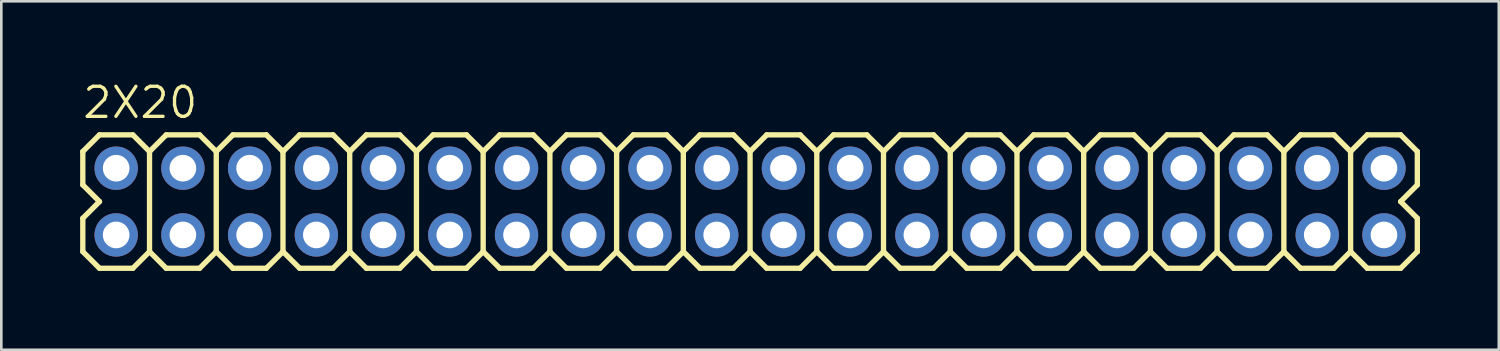
<source format=kicad_pcb>
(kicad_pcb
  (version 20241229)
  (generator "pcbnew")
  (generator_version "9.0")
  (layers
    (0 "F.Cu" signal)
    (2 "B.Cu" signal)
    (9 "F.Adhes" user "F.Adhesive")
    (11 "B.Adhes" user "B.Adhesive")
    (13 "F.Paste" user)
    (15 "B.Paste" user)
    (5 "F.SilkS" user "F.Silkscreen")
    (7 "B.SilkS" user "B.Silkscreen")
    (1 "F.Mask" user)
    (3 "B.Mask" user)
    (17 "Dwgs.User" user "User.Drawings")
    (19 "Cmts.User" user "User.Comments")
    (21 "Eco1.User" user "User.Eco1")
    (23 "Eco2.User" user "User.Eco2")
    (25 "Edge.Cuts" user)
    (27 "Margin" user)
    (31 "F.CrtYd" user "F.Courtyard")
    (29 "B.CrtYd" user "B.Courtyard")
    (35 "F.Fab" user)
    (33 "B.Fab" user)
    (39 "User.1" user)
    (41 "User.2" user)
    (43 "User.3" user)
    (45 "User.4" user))
  (footprint "2X20"
    (layer "F.Cu")
    (at 25.502 4.623)
    (property "Reference" "2X20" (at -25.476 -3.099 0) (layer "F.SilkS") (effects (font (size 1.143 1.143) (thickness 0.127)) (justify left bottom)))
    (fp_line (start -25.4 -1.905) (end -25.4 -0.635) (stroke (width 0.203) (type solid)) (layer "F.SilkS"))
    (fp_line (start -25.4 -0.635) (end -24.765 0) (stroke (width 0.203) (type solid)) (layer "F.SilkS"))
    (fp_line (start -25.4 0.635) (end -25.4 1.905) (stroke (width 0.203) (type solid)) (layer "F.SilkS"))
    (fp_line (start -25.4 1.905) (end -24.765 2.54) (stroke (width 0.203) (type solid)) (layer "F.SilkS"))
    (fp_line (start -24.765 -2.54) (end -25.4 -1.905) (stroke (width 0.203) (type solid)) (layer "F.SilkS"))
    (fp_line (start -24.765 -2.54) (end -23.495 -2.54) (stroke (width 0.203) (type solid)) (layer "F.SilkS"))
    (fp_line (start -24.765 0) (end -25.4 0.635) (stroke (width 0.203) (type solid)) (layer "F.SilkS"))
    (fp_line (start -23.495 -2.54) (end -22.86 -1.905) (stroke (width 0.203) (type solid)) (layer "F.SilkS"))
    (fp_line (start -23.495 2.54) (end -24.765 2.54) (stroke (width 0.203) (type solid)) (layer "F.SilkS"))
    (fp_line (start -22.86 -1.905) (end -22.86 1.905) (stroke (width 0.203) (type solid)) (layer "F.SilkS"))
    (fp_line (start -22.86 -1.905) (end -22.225 -2.54) (stroke (width 0.203) (type solid)) (layer "F.SilkS"))
    (fp_line (start -22.86 1.905) (end -23.495 2.54) (stroke (width 0.203) (type solid)) (layer "F.SilkS"))
    (fp_line (start -22.225 -2.54) (end -20.955 -2.54) (stroke (width 0.203) (type solid)) (layer "F.SilkS"))
    (fp_line (start -22.225 2.54) (end -22.86 1.905) (stroke (width 0.203) (type solid)) (layer "F.SilkS"))
    (fp_line (start -20.955 -2.54) (end -20.32 -1.905) (stroke (width 0.203) (type solid)) (layer "F.SilkS"))
    (fp_line (start -20.955 2.54) (end -22.225 2.54) (stroke (width 0.203) (type solid)) (layer "F.SilkS"))
    (fp_line (start -20.32 -1.905) (end -20.32 1.905) (stroke (width 0.203) (type solid)) (layer "F.SilkS"))
    (fp_line (start -20.32 -1.905) (end -19.685 -2.54) (stroke (width 0.203) (type solid)) (layer "F.SilkS"))
    (fp_line (start -20.32 1.905) (end -20.955 2.54) (stroke (width 0.203) (type solid)) (layer "F.SilkS"))
    (fp_line (start -19.685 -2.54) (end -18.415 -2.54) (stroke (width 0.203) (type solid)) (layer "F.SilkS"))
    (fp_line (start -19.685 2.54) (end -20.32 1.905) (stroke (width 0.203) (type solid)) (layer "F.SilkS"))
    (fp_line (start -18.415 -2.54) (end -17.78 -1.905) (stroke (width 0.203) (type solid)) (layer "F.SilkS"))
    (fp_line (start -18.415 2.54) (end -19.685 2.54) (stroke (width 0.203) (type solid)) (layer "F.SilkS"))
    (fp_line (start -17.78 -1.905) (end -17.78 1.905) (stroke (width 0.203) (type solid)) (layer "F.SilkS"))
    (fp_line (start -17.78 1.905) (end -18.415 2.54) (stroke (width 0.203) (type solid)) (layer "F.SilkS"))
    (fp_line (start -17.78 1.905) (end -17.145 2.54) (stroke (width 0.203) (type solid)) (layer "F.SilkS"))
    (fp_line (start -17.145 -2.54) (end -17.78 -1.905) (stroke (width 0.203) (type solid)) (layer "F.SilkS"))
    (fp_line (start -17.145 -2.54) (end -15.875 -2.54) (stroke (width 0.203) (type solid)) (layer "F.SilkS"))
    (fp_line (start -15.875 -2.54) (end -15.24 -1.905) (stroke (width 0.203) (type solid)) (layer "F.SilkS"))
    (fp_line (start -15.875 2.54) (end -17.145 2.54) (stroke (width 0.203) (type solid)) (layer "F.SilkS"))
    (fp_line (start -15.24 -1.905) (end -15.24 1.905) (stroke (width 0.203) (type solid)) (layer "F.SilkS"))
    (fp_line (start -15.24 -1.905) (end -14.605 -2.54) (stroke (width 0.203) (type solid)) (layer "F.SilkS"))
    (fp_line (start -15.24 1.905) (end -15.875 2.54) (stroke (width 0.203) (type solid)) (layer "F.SilkS"))
    (fp_line (start -14.605 -2.54) (end -13.335 -2.54) (stroke (width 0.203) (type solid)) (layer "F.SilkS"))
    (fp_line (start -14.605 2.54) (end -15.24 1.905) (stroke (width 0.203) (type solid)) (layer "F.SilkS"))
    (fp_line (start -13.335 -2.54) (end -12.7 -1.905) (stroke (width 0.203) (type solid)) (layer "F.SilkS"))
    (fp_line (start -13.335 2.54) (end -14.605 2.54) (stroke (width 0.203) (type solid)) (layer "F.SilkS"))
    (fp_line (start -12.7 -1.905) (end -12.7 1.905) (stroke (width 0.203) (type solid)) (layer "F.SilkS"))
    (fp_line (start -12.7 -1.905) (end -12.065 -2.54) (stroke (width 0.203) (type solid)) (layer "F.SilkS"))
    (fp_line (start -12.7 1.905) (end -13.335 2.54) (stroke (width 0.203) (type solid)) (layer "F.SilkS"))
    (fp_line (start -12.065 -2.54) (end -10.795 -2.54) (stroke (width 0.203) (type solid)) (layer "F.SilkS"))
    (fp_line (start -12.065 2.54) (end -12.7 1.905) (stroke (width 0.203) (type solid)) (layer "F.SilkS"))
    (fp_line (start -10.795 -2.54) (end -10.16 -1.905) (stroke (width 0.203) (type solid)) (layer "F.SilkS"))
    (fp_line (start -10.795 2.54) (end -12.065 2.54) (stroke (width 0.203) (type solid)) (layer "F.SilkS"))
    (fp_line (start -10.16 -1.905) (end -10.16 1.905) (stroke (width 0.203) (type solid)) (layer "F.SilkS"))
    (fp_line (start -10.16 1.905) (end -10.795 2.54) (stroke (width 0.203) (type solid)) (layer "F.SilkS"))
    (fp_line (start -10.16 1.905) (end -9.525 2.54) (stroke (width 0.203) (type solid)) (layer "F.SilkS"))
    (fp_line (start -9.525 -2.54) (end -10.16 -1.905) (stroke (width 0.203) (type solid)) (layer "F.SilkS"))
    (fp_line (start -9.525 -2.54) (end -8.255 -2.54) (stroke (width 0.203) (type solid)) (layer "F.SilkS"))
    (fp_line (start -8.255 -2.54) (end -7.62 -1.905) (stroke (width 0.203) (type solid)) (layer "F.SilkS"))
    (fp_line (start -8.255 2.54) (end -9.525 2.54) (stroke (width 0.203) (type solid)) (layer "F.SilkS"))
    (fp_line (start -7.62 -1.905) (end -7.62 1.905) (stroke (width 0.203) (type solid)) (layer "F.SilkS"))
    (fp_line (start -7.62 1.905) (end -8.255 2.54) (stroke (width 0.203) (type solid)) (layer "F.SilkS"))
    (fp_line (start -7.62 1.905) (end -6.985 2.54) (stroke (width 0.203) (type solid)) (layer "F.SilkS"))
    (fp_line (start -6.985 -2.54) (end -7.62 -1.905) (stroke (width 0.203) (type solid)) (layer "F.SilkS"))
    (fp_line (start -6.985 -2.54) (end -5.715 -2.54) (stroke (width 0.203) (type solid)) (layer "F.SilkS"))
    (fp_line (start -5.715 -2.54) (end -5.08 -1.905) (stroke (width 0.203) (type solid)) (layer "F.SilkS"))
    (fp_line (start -5.715 2.54) (end -6.985 2.54) (stroke (width 0.203) (type solid)) (layer "F.SilkS"))
    (fp_line (start -5.08 -1.905) (end -5.08 1.905) (stroke (width 0.203) (type solid)) (layer "F.SilkS"))
    (fp_line (start -5.08 -1.905) (end -4.445 -2.54) (stroke (width 0.203) (type solid)) (layer "F.SilkS"))
    (fp_line (start -5.08 1.905) (end -5.715 2.54) (stroke (width 0.203) (type solid)) (layer "F.SilkS"))
    (fp_line (start -4.445 -2.54) (end -3.175 -2.54) (stroke (width 0.203) (type solid)) (layer "F.SilkS"))
    (fp_line (start -4.445 2.54) (end -5.08 1.905) (stroke (width 0.203) (type solid)) (layer "F.SilkS"))
    (fp_line (start -3.175 -2.54) (end -2.54 -1.905) (stroke (width 0.203) (type solid)) (layer "F.SilkS"))
    (fp_line (start -3.175 2.54) (end -4.445 2.54) (stroke (width 0.203) (type solid)) (layer "F.SilkS"))
    (fp_line (start -2.54 -1.905) (end -2.54 1.905) (stroke (width 0.203) (type solid)) (layer "F.SilkS"))
    (fp_line (start -2.54 -1.905) (end -1.905 -2.54) (stroke (width 0.203) (type solid)) (layer "F.SilkS"))
    (fp_line (start -2.54 1.905) (end -3.175 2.54) (stroke (width 0.203) (type solid)) (layer "F.SilkS"))
    (fp_line (start -1.905 -2.54) (end -0.635 -2.54) (stroke (width 0.203) (type solid)) (layer "F.SilkS"))
    (fp_line (start -1.905 2.54) (end -2.54 1.905) (stroke (width 0.203) (type solid)) (layer "F.SilkS"))
    (fp_line (start -0.635 -2.54) (end 0 -1.905) (stroke (width 0.203) (type solid)) (layer "F.SilkS"))
    (fp_line (start -0.635 2.54) (end -1.905 2.54) (stroke (width 0.203) (type solid)) (layer "F.SilkS"))
    (fp_line (start 0 -1.905) (end 0 1.905) (stroke (width 0.203) (type solid)) (layer "F.SilkS"))
    (fp_line (start 0 1.905) (end -0.635 2.54) (stroke (width 0.203) (type solid)) (layer "F.SilkS"))
    (fp_line (start 0 1.905) (end 0.635 2.54) (stroke (width 0.203) (type solid)) (layer "F.SilkS"))
    (fp_line (start 0.635 -2.54) (end 0 -1.905) (stroke (width 0.203) (type solid)) (layer "F.SilkS"))
    (fp_line (start 0.635 -2.54) (end 1.905 -2.54) (stroke (width 0.203) (type solid)) (layer "F.SilkS"))
    (fp_line (start 1.905 -2.54) (end 2.54 -1.905) (stroke (width 0.203) (type solid)) (layer "F.SilkS"))
    (fp_line (start 1.905 2.54) (end 0.635 2.54) (stroke (width 0.203) (type solid)) (layer "F.SilkS"))
    (fp_line (start 2.54 -1.905) (end 2.54 1.905) (stroke (width 0.203) (type solid)) (layer "F.SilkS"))
    (fp_line (start 2.54 -1.905) (end 3.175 -2.54) (stroke (width 0.203) (type solid)) (layer "F.SilkS"))
    (fp_line (start 2.54 1.905) (end 1.905 2.54) (stroke (width 0.203) (type solid)) (layer "F.SilkS"))
    (fp_line (start 3.175 -2.54) (end 4.445 -2.54) (stroke (width 0.203) (type solid)) (layer "F.SilkS"))
    (fp_line (start 3.175 2.54) (end 2.54 1.905) (stroke (width 0.203) (type solid)) (layer "F.SilkS"))
    (fp_line (start 4.445 -2.54) (end 5.08 -1.905) (stroke (width 0.203) (type solid)) (layer "F.SilkS"))
    (fp_line (start 4.445 2.54) (end 3.175 2.54) (stroke (width 0.203) (type solid)) (layer "F.SilkS"))
    (fp_line (start 5.08 -1.905) (end 5.08 1.905) (stroke (width 0.203) (type solid)) (layer "F.SilkS"))
    (fp_line (start 5.08 -1.905) (end 5.715 -2.54) (stroke (width 0.203) (type solid)) (layer "F.SilkS"))
    (fp_line (start 5.08 1.905) (end 4.445 2.54) (stroke (width 0.203) (type solid)) (layer "F.SilkS"))
    (fp_line (start 5.715 -2.54) (end 6.985 -2.54) (stroke (width 0.203) (type solid)) (layer "F.SilkS"))
    (fp_line (start 5.715 2.54) (end 5.08 1.905) (stroke (width 0.203) (type solid)) (layer "F.SilkS"))
    (fp_line (start 6.985 -2.54) (end 7.62 -1.905) (stroke (width 0.203) (type solid)) (layer "F.SilkS"))
    (fp_line (start 6.985 2.54) (end 5.715 2.54) (stroke (width 0.203) (type solid)) (layer "F.SilkS"))
    (fp_line (start 7.62 -1.905) (end 7.62 1.905) (stroke (width 0.203) (type solid)) (layer "F.SilkS"))
    (fp_line (start 7.62 1.905) (end 6.985 2.54) (stroke (width 0.203) (type solid)) (layer "F.SilkS"))
    (fp_line (start 8.255 -2.54) (end 7.62 -1.905) (stroke (width 0.203) (type solid)) (layer "F.SilkS"))
    (fp_line (start 8.255 -2.54) (end 9.525 -2.54) (stroke (width 0.203) (type solid)) (layer "F.SilkS"))
    (fp_line (start 8.255 2.54) (end 7.62 1.905) (stroke (width 0.203) (type solid)) (layer "F.SilkS"))
    (fp_line (start 9.525 -2.54) (end 10.16 -1.905) (stroke (width 0.203) (type solid)) (layer "F.SilkS"))
    (fp_line (start 9.525 2.54) (end 8.255 2.54) (stroke (width 0.203) (type solid)) (layer "F.SilkS"))
    (fp_line (start 10.16 -1.905) (end 10.16 1.905) (stroke (width 0.203) (type solid)) (layer "F.SilkS"))
    (fp_line (start 10.16 1.905) (end 9.525 2.54) (stroke (width 0.203) (type solid)) (layer "F.SilkS"))
    (fp_line (start 10.795 -2.54) (end 10.16 -1.905) (stroke (width 0.203) (type solid)) (layer "F.SilkS"))
    (fp_line (start 10.795 -2.54) (end 12.065 -2.54) (stroke (width 0.203) (type solid)) (layer "F.SilkS"))
    (fp_line (start 10.795 2.54) (end 10.16 1.905) (stroke (width 0.203) (type solid)) (layer "F.SilkS"))
    (fp_line (start 12.065 -2.54) (end 12.7 -1.905) (stroke (width 0.203) (type solid)) (layer "F.SilkS"))
    (fp_line (start 12.065 2.54) (end 10.795 2.54) (stroke (width 0.203) (type solid)) (layer "F.SilkS"))
    (fp_line (start 12.7 -1.905) (end 12.7 1.905) (stroke (width 0.203) (type solid)) (layer "F.SilkS"))
    (fp_line (start 12.7 -1.905) (end 13.335 -2.54) (stroke (width 0.203) (type solid)) (layer "F.SilkS"))
    (fp_line (start 12.7 1.905) (end 12.065 2.54) (stroke (width 0.203) (type solid)) (layer "F.SilkS"))
    (fp_line (start 13.335 -2.54) (end 14.605 -2.54) (stroke (width 0.203) (type solid)) (layer "F.SilkS"))
    (fp_line (start 13.335 2.54) (end 12.7 1.905) (stroke (width 0.203) (type solid)) (layer "F.SilkS"))
    (fp_line (start 14.605 -2.54) (end 15.24 -1.905) (stroke (width 0.203) (type solid)) (layer "F.SilkS"))
    (fp_line (start 14.605 2.54) (end 13.335 2.54) (stroke (width 0.203) (type solid)) (layer "F.SilkS"))
    (fp_line (start 14.605 2.54) (end 15.24 1.905) (stroke (width 0.203) (type solid)) (layer "F.SilkS"))
    (fp_line (start 15.24 -1.905) (end 15.24 1.905) (stroke (width 0.203) (type solid)) (layer "F.SilkS"))
    (fp_line (start 15.24 -1.905) (end 15.875 -2.54) (stroke (width 0.203) (type solid)) (layer "F.SilkS"))
    (fp_line (start 15.875 -2.54) (end 17.145 -2.54) (stroke (width 0.203) (type solid)) (layer "F.SilkS"))
    (fp_line (start 15.875 2.54) (end 15.24 1.905) (stroke (width 0.203) (type solid)) (layer "F.SilkS"))
    (fp_line (start 17.145 -2.54) (end 17.78 -1.905) (stroke (width 0.203) (type solid)) (layer "F.SilkS"))
    (fp_line (start 17.145 2.54) (end 15.875 2.54) (stroke (width 0.203) (type solid)) (layer "F.SilkS"))
    (fp_line (start 17.78 -1.905) (end 17.78 1.905) (stroke (width 0.203) (type solid)) (layer "F.SilkS"))
    (fp_line (start 17.78 1.905) (end 17.145 2.54) (stroke (width 0.203) (type solid)) (layer "F.SilkS"))
    (fp_line (start 18.415 -2.54) (end 17.78 -1.905) (stroke (width 0.203) (type solid)) (layer "F.SilkS"))
    (fp_line (start 18.415 -2.54) (end 19.685 -2.54) (stroke (width 0.203) (type solid)) (layer "F.SilkS"))
    (fp_line (start 18.415 2.54) (end 17.78 1.905) (stroke (width 0.203) (type solid)) (layer "F.SilkS"))
    (fp_line (start 19.685 -2.54) (end 20.32 -1.905) (stroke (width 0.203) (type solid)) (layer "F.SilkS"))
    (fp_line (start 19.685 2.54) (end 18.415 2.54) (stroke (width 0.203) (type solid)) (layer "F.SilkS"))
    (fp_line (start 20.32 -1.905) (end 20.32 1.905) (stroke (width 0.203) (type solid)) (layer "F.SilkS"))
    (fp_line (start 20.32 -1.905) (end 20.955 -2.54) (stroke (width 0.203) (type solid)) (layer "F.SilkS"))
    (fp_line (start 20.32 1.905) (end 19.685 2.54) (stroke (width 0.203) (type solid)) (layer "F.SilkS"))
    (fp_line (start 20.955 -2.54) (end 22.225 -2.54) (stroke (width 0.203) (type solid)) (layer "F.SilkS"))
    (fp_line (start 20.955 2.54) (end 20.32 1.905) (stroke (width 0.203) (type solid)) (layer "F.SilkS"))
    (fp_line (start 22.225 -2.54) (end 22.86 -1.905) (stroke (width 0.203) (type solid)) (layer "F.SilkS"))
    (fp_line (start 22.225 2.54) (end 20.955 2.54) (stroke (width 0.203) (type solid)) (layer "F.SilkS"))
    (fp_line (start 22.225 2.54) (end 22.86 1.905) (stroke (width 0.203) (type solid)) (layer "F.SilkS"))
    (fp_line (start 22.86 -1.905) (end 22.86 1.905) (stroke (width 0.203) (type solid)) (layer "F.SilkS"))
    (fp_line (start 22.86 -1.905) (end 23.495 -2.54) (stroke (width 0.203) (type solid)) (layer "F.SilkS"))
    (fp_line (start 23.495 -2.54) (end 24.765 -2.54) (stroke (width 0.203) (type solid)) (layer "F.SilkS"))
    (fp_line (start 23.495 2.54) (end 22.86 1.905) (stroke (width 0.203) (type solid)) (layer "F.SilkS"))
    (fp_line (start 24.765 -2.54) (end 25.4 -1.905) (stroke (width 0.203) (type solid)) (layer "F.SilkS"))
    (fp_line (start 24.765 0) (end 25.4 0.635) (stroke (width 0.203) (type solid)) (layer "F.SilkS"))
    (fp_line (start 24.765 2.54) (end 23.495 2.54) (stroke (width 0.203) (type solid)) (layer "F.SilkS"))
    (fp_line (start 24.765 2.54) (end 25.4 1.905) (stroke (width 0.203) (type solid)) (layer "F.SilkS"))
    (fp_line (start 25.4 -0.635) (end 24.765 0) (stroke (width 0.203) (type solid)) (layer "F.SilkS"))
    (fp_line (start 25.4 -0.635) (end 25.4 -1.905) (stroke (width 0.203) (type solid)) (layer "F.SilkS"))
    (fp_line (start 25.4 1.905) (end 25.4 0.635) (stroke (width 0.203) (type solid)) (layer "F.SilkS"))
    (fp_poly (pts (xy -24.384 1.524) (xy -23.876 1.524) (xy -23.876 1.016) (xy -24.384 1.016)) (stroke (width 0.1) (type solid)) (fill no) (layer "F.Fab"))
    (fp_poly (pts (xy -23.876 -1.524) (xy -24.384 -1.524) (xy -24.384 -1.016) (xy -23.876 -1.016)) (stroke (width 0.1) (type solid)) (fill no) (layer "F.Fab"))
    (fp_poly (pts (xy -21.844 1.524) (xy -21.336 1.524) (xy -21.336 1.016) (xy -21.844 1.016)) (stroke (width 0.1) (type solid)) (fill no) (layer "F.Fab"))
    (fp_poly (pts (xy -21.336 -1.524) (xy -21.844 -1.524) (xy -21.844 -1.016) (xy -21.336 -1.016)) (stroke (width 0.1) (type solid)) (fill no) (layer "F.Fab"))
    (fp_poly (pts (xy -19.304 1.524) (xy -18.796 1.524) (xy -18.796 1.016) (xy -19.304 1.016)) (stroke (width 0.1) (type solid)) (fill no) (layer "F.Fab"))
    (fp_poly (pts (xy -18.796 -1.524) (xy -19.304 -1.524) (xy -19.304 -1.016) (xy -18.796 -1.016)) (stroke (width 0.1) (type solid)) (fill no) (layer "F.Fab"))
    (fp_poly (pts (xy -16.764 1.524) (xy -16.256 1.524) (xy -16.256 1.016) (xy -16.764 1.016)) (stroke (width 0.1) (type solid)) (fill no) (layer "F.Fab"))
    (fp_poly (pts (xy -16.256 -1.524) (xy -16.764 -1.524) (xy -16.764 -1.016) (xy -16.256 -1.016)) (stroke (width 0.1) (type solid)) (fill no) (layer "F.Fab"))
    (fp_poly (pts (xy -14.224 1.524) (xy -13.716 1.524) (xy -13.716 1.016) (xy -14.224 1.016)) (stroke (width 0.1) (type solid)) (fill no) (layer "F.Fab"))
    (fp_poly (pts (xy -13.716 -1.524) (xy -14.224 -1.524) (xy -14.224 -1.016) (xy -13.716 -1.016)) (stroke (width 0.1) (type solid)) (fill no) (layer "F.Fab"))
    (fp_poly (pts (xy -11.684 1.524) (xy -11.176 1.524) (xy -11.176 1.016) (xy -11.684 1.016)) (stroke (width 0.1) (type solid)) (fill no) (layer "F.Fab"))
    (fp_poly (pts (xy -11.176 -1.524) (xy -11.684 -1.524) (xy -11.684 -1.016) (xy -11.176 -1.016)) (stroke (width 0.1) (type solid)) (fill no) (layer "F.Fab"))
    (fp_poly (pts (xy -9.144 1.524) (xy -8.636 1.524) (xy -8.636 1.016) (xy -9.144 1.016)) (stroke (width 0.1) (type solid)) (fill no) (layer "F.Fab"))
    (fp_poly (pts (xy -8.636 -1.524) (xy -9.144 -1.524) (xy -9.144 -1.016) (xy -8.636 -1.016)) (stroke (width 0.1) (type solid)) (fill no) (layer "F.Fab"))
    (fp_poly (pts (xy -6.604 1.524) (xy -6.096 1.524) (xy -6.096 1.016) (xy -6.604 1.016)) (stroke (width 0.1) (type solid)) (fill no) (layer "F.Fab"))
    (fp_poly (pts (xy -6.096 -1.524) (xy -6.604 -1.524) (xy -6.604 -1.016) (xy -6.096 -1.016)) (stroke (width 0.1) (type solid)) (fill no) (layer "F.Fab"))
    (fp_poly (pts (xy -4.064 1.524) (xy -3.556 1.524) (xy -3.556 1.016) (xy -4.064 1.016)) (stroke (width 0.1) (type solid)) (fill no) (layer "F.Fab"))
    (fp_poly (pts (xy -3.556 -1.524) (xy -4.064 -1.524) (xy -4.064 -1.016) (xy -3.556 -1.016)) (stroke (width 0.1) (type solid)) (fill no) (layer "F.Fab"))
    (fp_poly (pts (xy -1.524 1.524) (xy -1.016 1.524) (xy -1.016 1.016) (xy -1.524 1.016)) (stroke (width 0.1) (type solid)) (fill no) (layer "F.Fab"))
    (fp_poly (pts (xy -1.016 -1.524) (xy -1.524 -1.524) (xy -1.524 -1.016) (xy -1.016 -1.016)) (stroke (width 0.1) (type solid)) (fill no) (layer "F.Fab"))
    (fp_poly (pts (xy 1.016 1.524) (xy 1.524 1.524) (xy 1.524 1.016) (xy 1.016 1.016)) (stroke (width 0.1) (type solid)) (fill no) (layer "F.Fab"))
    (fp_poly (pts (xy 1.524 -1.524) (xy 1.016 -1.524) (xy 1.016 -1.016) (xy 1.524 -1.016)) (stroke (width 0.1) (type solid)) (fill no) (layer "F.Fab"))
    (fp_poly (pts (xy 3.556 1.524) (xy 4.064 1.524) (xy 4.064 1.016) (xy 3.556 1.016)) (stroke (width 0.1) (type solid)) (fill no) (layer "F.Fab"))
    (fp_poly (pts (xy 4.064 -1.524) (xy 3.556 -1.524) (xy 3.556 -1.016) (xy 4.064 -1.016)) (stroke (width 0.1) (type solid)) (fill no) (layer "F.Fab"))
    (fp_poly (pts (xy 6.096 1.524) (xy 6.604 1.524) (xy 6.604 1.016) (xy 6.096 1.016)) (stroke (width 0.1) (type solid)) (fill no) (layer "F.Fab"))
    (fp_poly (pts (xy 6.604 -1.524) (xy 6.096 -1.524) (xy 6.096 -1.016) (xy 6.604 -1.016)) (stroke (width 0.1) (type solid)) (fill no) (layer "F.Fab"))
    (fp_poly (pts (xy 9.144 -1.524) (xy 8.636 -1.524) (xy 8.636 -1.016) (xy 9.144 -1.016)) (stroke (width 0.1) (type solid)) (fill no) (layer "F.Fab"))
    (fp_poly (pts (xy 9.144 1.016) (xy 8.636 1.016) (xy 8.636 1.524) (xy 9.144 1.524)) (stroke (width 0.1) (type solid)) (fill no) (layer "F.Fab"))
    (fp_poly (pts (xy 11.684 -1.524) (xy 11.176 -1.524) (xy 11.176 -1.016) (xy 11.684 -1.016)) (stroke (width 0.1) (type solid)) (fill no) (layer "F.Fab"))
    (fp_poly (pts (xy 11.684 1.016) (xy 11.176 1.016) (xy 11.176 1.524) (xy 11.684 1.524)) (stroke (width 0.1) (type solid)) (fill no) (layer "F.Fab"))
    (fp_poly (pts (xy 14.224 -1.524) (xy 13.716 -1.524) (xy 13.716 -1.016) (xy 14.224 -1.016)) (stroke (width 0.1) (type solid)) (fill no) (layer "F.Fab"))
    (fp_poly (pts (xy 14.224 1.016) (xy 13.716 1.016) (xy 13.716 1.524) (xy 14.224 1.524)) (stroke (width 0.1) (type solid)) (fill no) (layer "F.Fab"))
    (fp_poly (pts (xy 16.764 -1.524) (xy 16.256 -1.524) (xy 16.256 -1.016) (xy 16.764 -1.016)) (stroke (width 0.1) (type solid)) (fill no) (layer "F.Fab"))
    (fp_poly (pts (xy 16.764 1.016) (xy 16.256 1.016) (xy 16.256 1.524) (xy 16.764 1.524)) (stroke (width 0.1) (type solid)) (fill no) (layer "F.Fab"))
    (fp_poly (pts (xy 19.304 -1.524) (xy 18.796 -1.524) (xy 18.796 -1.016) (xy 19.304 -1.016)) (stroke (width 0.1) (type solid)) (fill no) (layer "F.Fab"))
    (fp_poly (pts (xy 19.304 1.016) (xy 18.796 1.016) (xy 18.796 1.524) (xy 19.304 1.524)) (stroke (width 0.1) (type solid)) (fill no) (layer "F.Fab"))
    (fp_poly (pts (xy 21.844 -1.524) (xy 21.336 -1.524) (xy 21.336 -1.016) (xy 21.844 -1.016)) (stroke (width 0.1) (type solid)) (fill no) (layer "F.Fab"))
    (fp_poly (pts (xy 21.844 1.016) (xy 21.336 1.016) (xy 21.336 1.524) (xy 21.844 1.524)) (stroke (width 0.1) (type solid)) (fill no) (layer "F.Fab"))
    (fp_poly (pts (xy 24.384 -1.524) (xy 23.876 -1.524) (xy 23.876 -1.016) (xy 24.384 -1.016)) (stroke (width 0.1) (type solid)) (fill no) (layer "F.Fab"))
    (fp_poly (pts (xy 24.384 1.016) (xy 23.876 1.016) (xy 23.876 1.524) (xy 24.384 1.524)) (stroke (width 0.1) (type solid)) (fill no) (layer "F.Fab"))
    (pad "1" thru_hole circle (at -24.13 1.27 90) (size 1.651 1.651) (drill 1.016) (layers "*.Cu" "*.Mask"))
    (pad "2" thru_hole circle (at -24.13 -1.27 270) (size 1.651 1.651) (drill 1.016) (layers "*.Cu" "*.Mask"))
    (pad "3" thru_hole circle (at -21.59 1.27 90) (size 1.651 1.651) (drill 1.016) (layers "*.Cu" "*.Mask"))
    (pad "4" thru_hole circle (at -21.59 -1.27 270) (size 1.651 1.651) (drill 1.016) (layers "*.Cu" "*.Mask"))
    (pad "5" thru_hole circle (at -19.05 1.27 90) (size 1.651 1.651) (drill 1.016) (layers "*.Cu" "*.Mask"))
    (pad "6" thru_hole circle (at -19.05 -1.27 270) (size 1.651 1.651) (drill 1.016) (layers "*.Cu" "*.Mask"))
    (pad "7" thru_hole circle (at -16.51 1.27 90) (size 1.651 1.651) (drill 1.016) (layers "*.Cu" "*.Mask"))
    (pad "8" thru_hole circle (at -16.51 -1.27 270) (size 1.651 1.651) (drill 1.016) (layers "*.Cu" "*.Mask"))
    (pad "9" thru_hole circle (at -13.97 1.27 90) (size 1.651 1.651) (drill 1.016) (layers "*.Cu" "*.Mask"))
    (pad "10" thru_hole circle (at -13.97 -1.27 270) (size 1.651 1.651) (drill 1.016) (layers "*.Cu" "*.Mask"))
    (pad "11" thru_hole circle (at -11.43 1.27 90) (size 1.651 1.651) (drill 1.016) (layers "*.Cu" "*.Mask"))
    (pad "12" thru_hole circle (at -11.43 -1.27 270) (size 1.651 1.651) (drill 1.016) (layers "*.Cu" "*.Mask"))
    (pad "13" thru_hole circle (at -8.89 1.27 90) (size 1.651 1.651) (drill 1.016) (layers "*.Cu" "*.Mask"))
    (pad "14" thru_hole circle (at -8.89 -1.27 270) (size 1.651 1.651) (drill 1.016) (layers "*.Cu" "*.Mask"))
    (pad "15" thru_hole circle (at -6.35 1.27 90) (size 1.651 1.651) (drill 1.016) (layers "*.Cu" "*.Mask"))
    (pad "16" thru_hole circle (at -6.35 -1.27 270) (size 1.651 1.651) (drill 1.016) (layers "*.Cu" "*.Mask"))
    (pad "17" thru_hole circle (at -3.81 1.27 90) (size 1.651 1.651) (drill 1.016) (layers "*.Cu" "*.Mask"))
    (pad "18" thru_hole circle (at -3.81 -1.27 270) (size 1.651 1.651) (drill 1.016) (layers "*.Cu" "*.Mask"))
    (pad "19" thru_hole circle (at -1.27 1.27 90) (size 1.651 1.651) (drill 1.016) (layers "*.Cu" "*.Mask"))
    (pad "20" thru_hole circle (at -1.27 -1.27 270) (size 1.651 1.651) (drill 1.016) (layers "*.Cu" "*.Mask"))
    (pad "21" thru_hole circle (at 1.27 1.27 90) (size 1.651 1.651) (drill 1.016) (layers "*.Cu" "*.Mask"))
    (pad "22" thru_hole circle (at 1.27 -1.27 270) (size 1.651 1.651) (drill 1.016) (layers "*.Cu" "*.Mask"))
    (pad "23" thru_hole circle (at 3.81 1.27 90) (size 1.651 1.651) (drill 1.016) (layers "*.Cu" "*.Mask"))
    (pad "24" thru_hole circle (at 3.81 -1.27 270) (size 1.651 1.651) (drill 1.016) (layers "*.Cu" "*.Mask"))
    (pad "25" thru_hole circle (at 6.35 1.27 90) (size 1.651 1.651) (drill 1.016) (layers "*.Cu" "*.Mask"))
    (pad "26" thru_hole circle (at 6.35 -1.27 270) (size 1.651 1.651) (drill 1.016) (layers "*.Cu" "*.Mask"))
    (pad "27" thru_hole circle (at 8.89 1.27 270) (size 1.651 1.651) (drill 1.016) (layers "*.Cu" "*.Mask"))
    (pad "28" thru_hole circle (at 8.89 -1.27 270) (size 1.651 1.651) (drill 1.016) (layers "*.Cu" "*.Mask"))
    (pad "29" thru_hole circle (at 11.43 1.27 270) (size 1.651 1.651) (drill 1.016) (layers "*.Cu" "*.Mask"))
    (pad "30" thru_hole circle (at 11.43 -1.27 270) (size 1.651 1.651) (drill 1.016) (layers "*.Cu" "*.Mask"))
    (pad "31" thru_hole circle (at 13.97 1.27 270) (size 1.651 1.651) (drill 1.016) (layers "*.Cu" "*.Mask"))
    (pad "32" thru_hole circle (at 13.97 -1.27 270) (size 1.651 1.651) (drill 1.016) (layers "*.Cu" "*.Mask"))
    (pad "33" thru_hole circle (at 16.51 1.27 270) (size 1.651 1.651) (drill 1.016) (layers "*.Cu" "*.Mask"))
    (pad "34" thru_hole circle (at 16.51 -1.27 270) (size 1.651 1.651) (drill 1.016) (layers "*.Cu" "*.Mask"))
    (pad "35" thru_hole circle (at 19.05 1.27 270) (size 1.651 1.651) (drill 1.016) (layers "*.Cu" "*.Mask"))
    (pad "36" thru_hole circle (at 19.05 -1.27 270) (size 1.651 1.651) (drill 1.016) (layers "*.Cu" "*.Mask"))
    (pad "37" thru_hole circle (at 21.59 1.27 270) (size 1.651 1.651) (drill 1.016) (layers "*.Cu" "*.Mask"))
    (pad "38" thru_hole circle (at 21.59 -1.27 270) (size 1.651 1.651) (drill 1.016) (layers "*.Cu" "*.Mask"))
    (pad "39" thru_hole circle (at 24.13 1.27 270) (size 1.651 1.651) (drill 1.016) (layers "*.Cu" "*.Mask"))
    (pad "40" thru_hole circle (at 24.13 -1.27 270) (size 1.651 1.651) (drill 1.016) (layers "*.Cu" "*.Mask")))
  (gr_rect
    (start -3 -3)
    (end 54.003 10.264)
    (stroke (width 0.1) (type default))
    (fill no)
    (layer "Edge.Cuts")))
</source>
